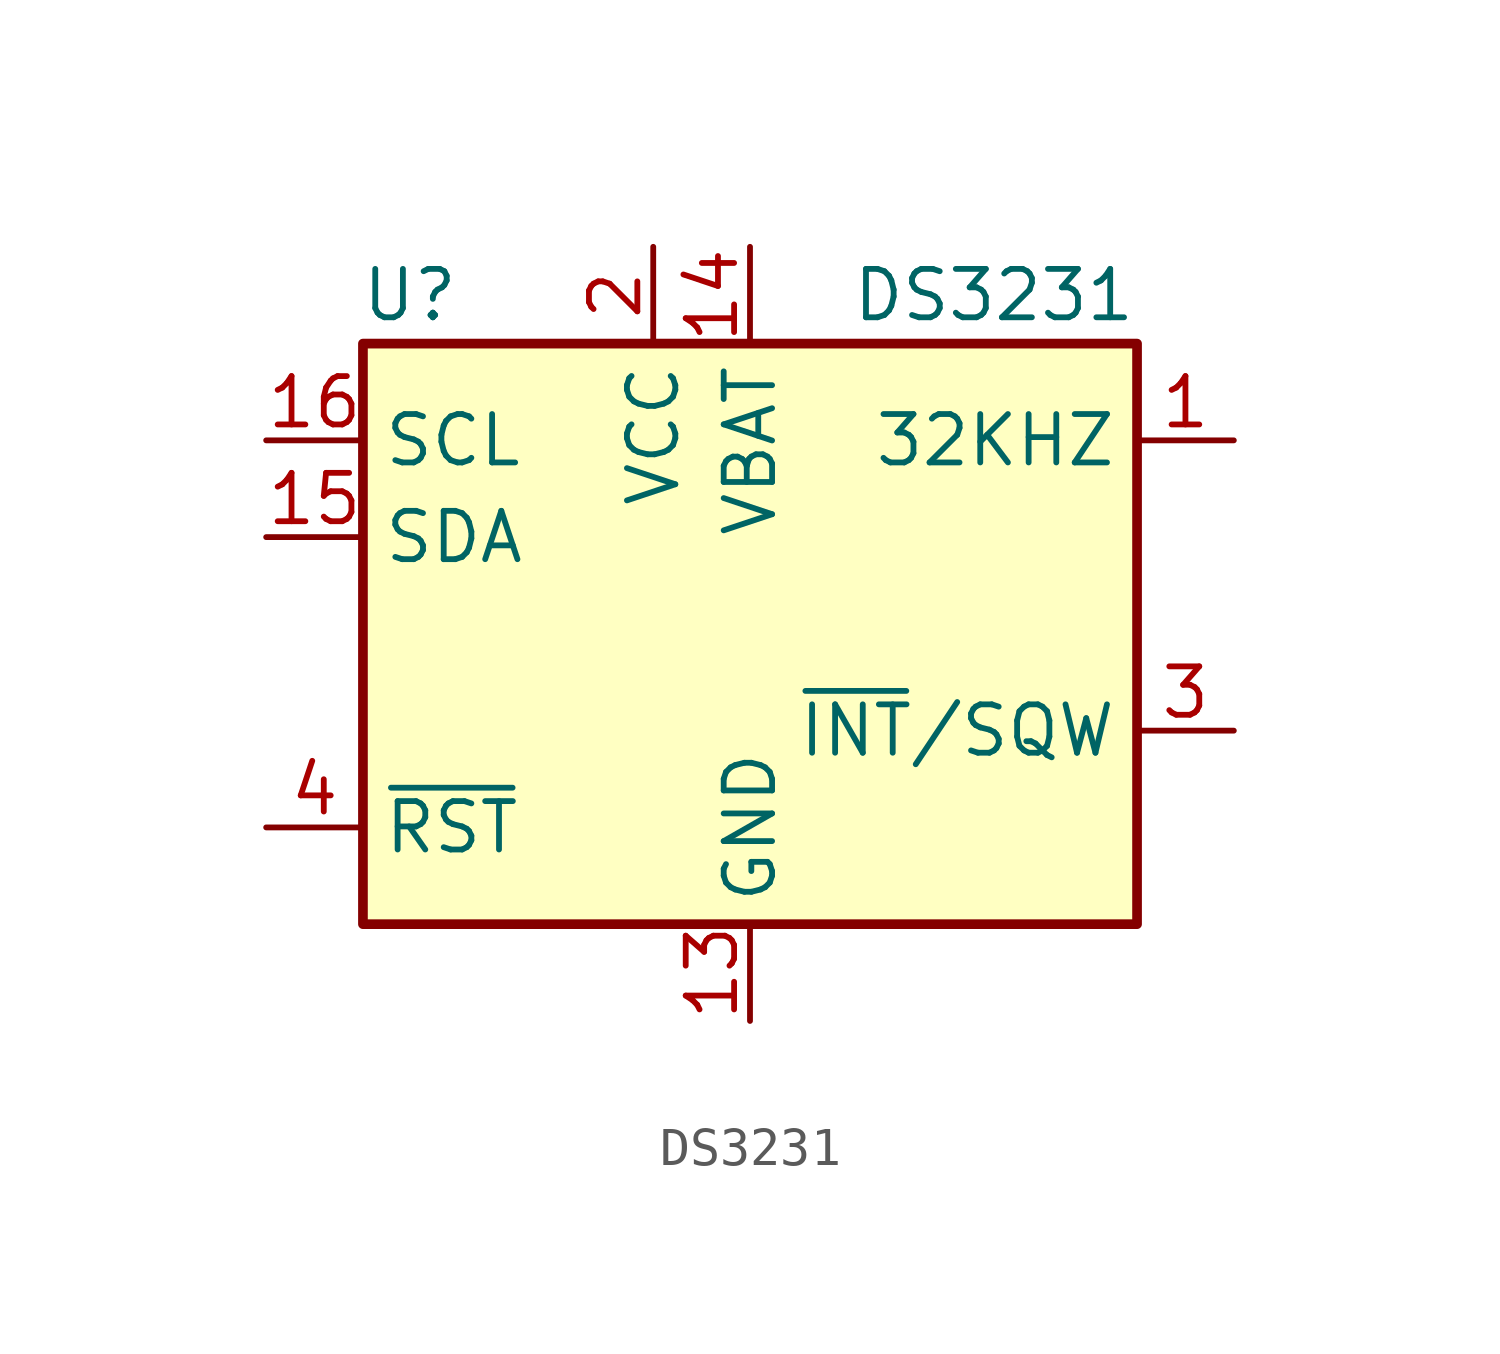
<source format=kicad_sym>
(kicad_symbol_lib
  (version 20231120)
  (generator "kicad_symbol_editor")
  (generator_version "8.0")
  (symbol "DS3231"
    (property "Reference" "U"
      (at -7.62 8.89 0)
      (effects (font (size 1.27 1.27)) (justify right)))
    (property "Value" "DS3231"
      (at 10.16 8.89 0)
      (effects (font (size 1.27 1.27)) (justify right)))
    (symbol "DS3231_0_1"
      (rectangle (start -10.16 7.62) (end 10.16 -7.62) (stroke (width 0.254) (type default)) (fill (type background))))
    (symbol "DS3231_1_1"
      (pin open_collector line (at 12.7 5.08 180) (length 2.54) (name "32KHZ" (effects (font (size 1.27 1.27)))) (number "1" (effects (font (size 1.27 1.27)))))
      (pin passive line (at 0 -10.16 90) (length 2.54) hide (name "GND" (effects (font (size 1.27 1.27)))) (number "10" (effects (font (size 1.27 1.27)))))
      (pin passive line (at 0 -10.16 90) (length 2.54) hide (name "GND" (effects (font (size 1.27 1.27)))) (number "11" (effects (font (size 1.27 1.27)))))
      (pin passive line (at 0 -10.16 90) (length 2.54) hide (name "GND" (effects (font (size 1.27 1.27)))) (number "12" (effects (font (size 1.27 1.27)))))
      (pin power_in line (at 0 -10.16 90) (length 2.54) (name "GND" (effects (font (size 1.27 1.27)))) (number "13" (effects (font (size 1.27 1.27)))))
      (pin power_in line (at 0 10.16 270) (length 2.54) (name "VBAT" (effects (font (size 1.27 1.27)))) (number "14" (effects (font (size 1.27 1.27)))))
      (pin bidirectional line (at -12.7 2.54 0) (length 2.54) (name "SDA" (effects (font (size 1.27 1.27)))) (number "15" (effects (font (size 1.27 1.27)))))
      (pin input line (at -12.7 5.08 0) (length 2.54) (name "SCL" (effects (font (size 1.27 1.27)))) (number "16" (effects (font (size 1.27 1.27)))))
      (pin power_in line (at -2.54 10.16 270) (length 2.54) (name "VCC" (effects (font (size 1.27 1.27)))) (number "2" (effects (font (size 1.27 1.27)))))
      (pin open_collector line (at 12.7 -2.54 180) (length 2.54) (name "~{INT}/SQW" (effects (font (size 1.27 1.27)))) (number "3" (effects (font (size 1.27 1.27)))))
      (pin bidirectional line (at -12.7 -5.08 0) (length 2.54) (name "~{RST}" (effects (font (size 1.27 1.27)))) (number "4" (effects (font (size 1.27 1.27)))))
      (pin passive line (at 0 -10.16 90) (length 2.54) hide (name "GND" (effects (font (size 1.27 1.27)))) (number "5" (effects (font (size 1.27 1.27)))))
      (pin passive line (at 0 -10.16 90) (length 2.54) hide (name "GND" (effects (font (size 1.27 1.27)))) (number "6" (effects (font (size 1.27 1.27)))))
      (pin passive line (at 0 -10.16 90) (length 2.54) hide (name "GND" (effects (font (size 1.27 1.27)))) (number "7" (effects (font (size 1.27 1.27)))))
      (pin passive line (at 0 -10.16 90) (length 2.54) hide (name "GND" (effects (font (size 1.27 1.27)))) (number "8" (effects (font (size 1.27 1.27)))))
      (pin passive line (at 0 -10.16 90) (length 2.54) hide (name "GND" (effects (font (size 1.27 1.27)))) (number "9" (effects (font (size 1.27 1.27))))))))
</source>
